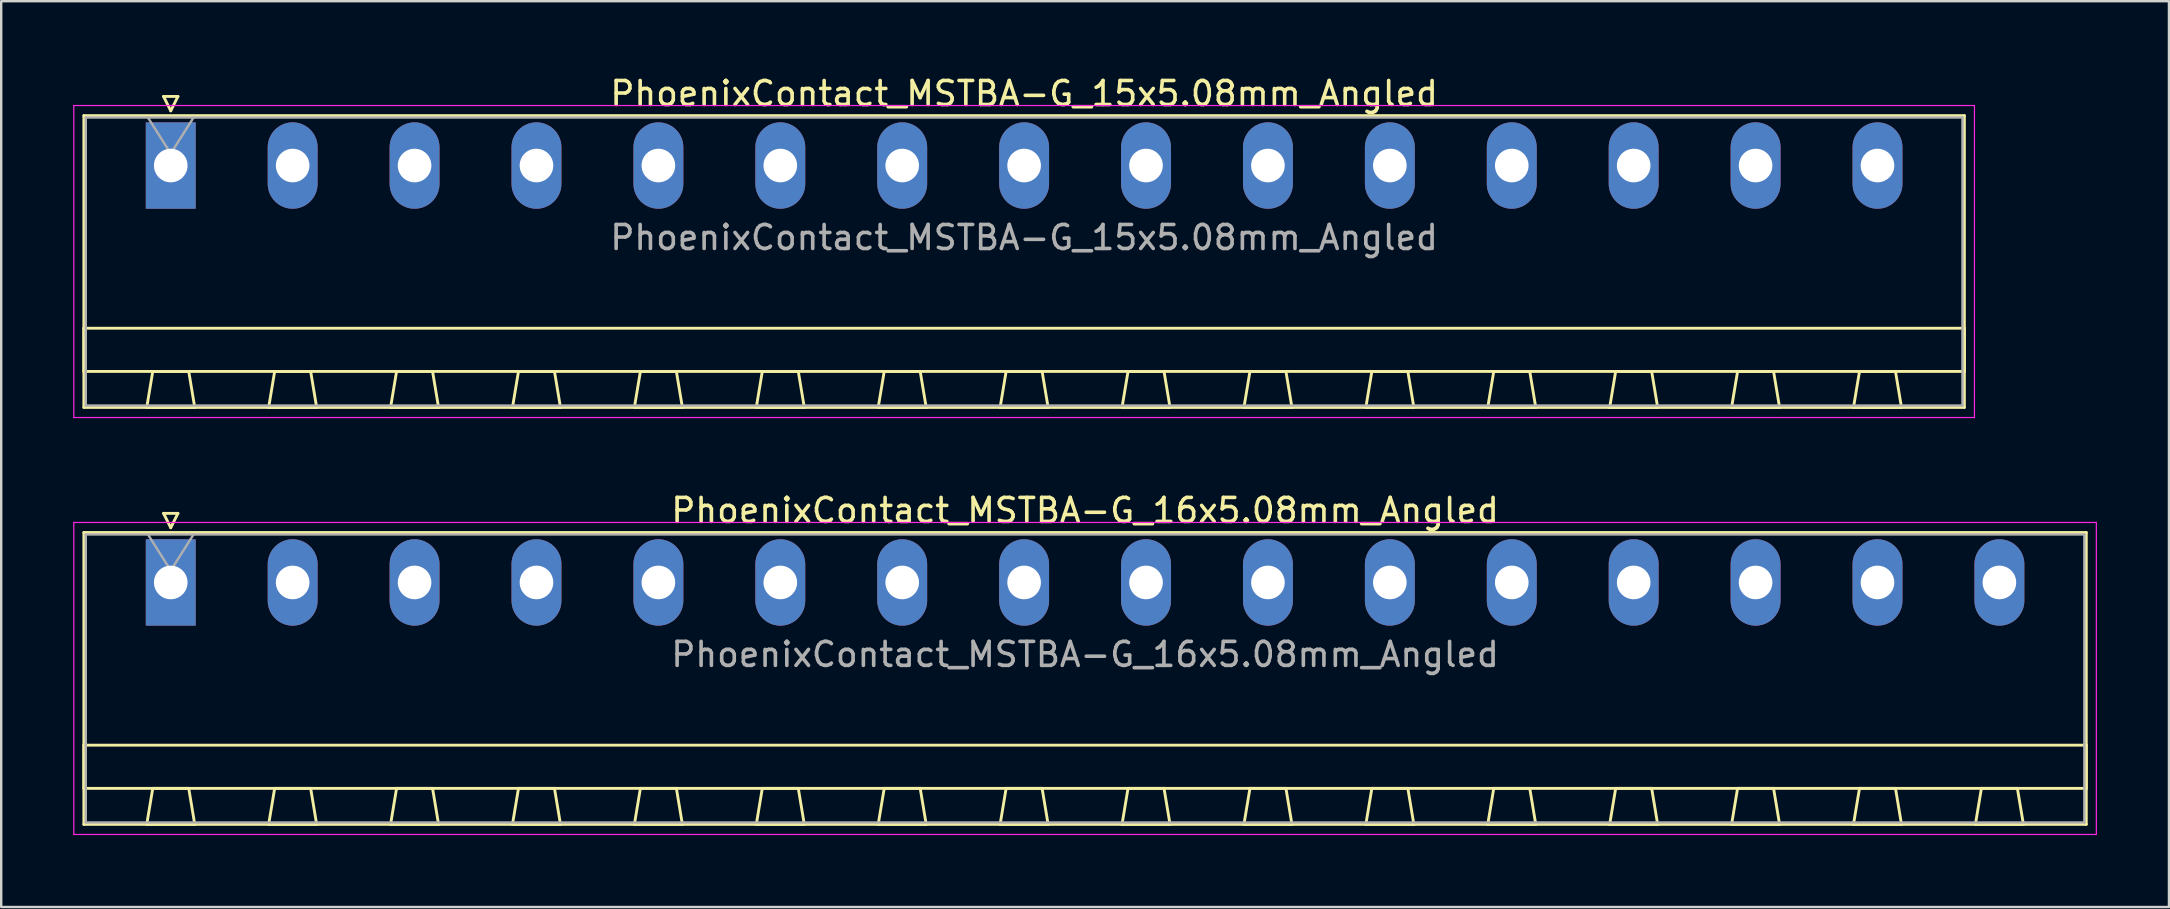
<source format=kicad_pcb>
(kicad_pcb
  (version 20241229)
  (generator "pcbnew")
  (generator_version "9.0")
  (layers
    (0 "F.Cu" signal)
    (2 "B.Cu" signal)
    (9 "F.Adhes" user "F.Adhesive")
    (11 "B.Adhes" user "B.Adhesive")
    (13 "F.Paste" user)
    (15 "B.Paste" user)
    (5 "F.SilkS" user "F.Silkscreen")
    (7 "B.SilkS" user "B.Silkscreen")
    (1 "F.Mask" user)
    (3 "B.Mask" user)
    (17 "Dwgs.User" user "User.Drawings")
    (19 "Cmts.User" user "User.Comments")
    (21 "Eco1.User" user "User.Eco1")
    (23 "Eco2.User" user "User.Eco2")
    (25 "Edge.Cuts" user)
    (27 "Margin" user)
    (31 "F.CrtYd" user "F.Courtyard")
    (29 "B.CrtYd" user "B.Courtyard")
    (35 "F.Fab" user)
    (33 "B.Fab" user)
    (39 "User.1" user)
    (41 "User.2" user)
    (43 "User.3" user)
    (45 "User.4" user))
  (footprint "PhoenixContact_MSTBA-G_16x5.08mm_Angled"
    (layer "F.Cu")
    (at 4.065 21.221)
    (property "Reference" "PhoenixContact_MSTBA-G_16x5.08mm_Angled" (at 38.1 -3 0) (layer "F.SilkS") (effects (font (size 1 1) (thickness 0.15))))
    (attr through_hole)
    (fp_line (start -3.62 -2.08) (end -3.62 10.08) (stroke (width 0.12) (type solid)) (layer "F.SilkS"))
    (fp_line (start -3.62 6.78) (end 79.82 6.78) (stroke (width 0.12) (type solid)) (layer "F.SilkS"))
    (fp_line (start -3.62 8.58) (end -3.62 6.78) (stroke (width 0.12) (type solid)) (layer "F.SilkS"))
    (fp_line (start -3.62 10.08) (end 79.82 10.08) (stroke (width 0.12) (type solid)) (layer "F.SilkS"))
    (fp_line (start -1 10.08) (end 1 10.08) (stroke (width 0.12) (type solid)) (layer "F.SilkS"))
    (fp_line (start -0.75 8.58) (end -1 10.08) (stroke (width 0.12) (type solid)) (layer "F.SilkS"))
    (fp_line (start -0.3 -2.88) (end 0.3 -2.88) (stroke (width 0.12) (type solid)) (layer "F.SilkS"))
    (fp_line (start 0 -2.28) (end -0.3 -2.88) (stroke (width 0.12) (type solid)) (layer "F.SilkS"))
    (fp_line (start 0.3 -2.88) (end 0 -2.28) (stroke (width 0.12) (type solid)) (layer "F.SilkS"))
    (fp_line (start 0.75 8.58) (end -0.75 8.58) (stroke (width 0.12) (type solid)) (layer "F.SilkS"))
    (fp_line (start 1 10.08) (end 0.75 8.58) (stroke (width 0.12) (type solid)) (layer "F.SilkS"))
    (fp_line (start 4.08 10.08) (end 6.08 10.08) (stroke (width 0.12) (type solid)) (layer "F.SilkS"))
    (fp_line (start 4.33 8.58) (end 4.08 10.08) (stroke (width 0.12) (type solid)) (layer "F.SilkS"))
    (fp_line (start 5.83 8.58) (end 4.33 8.58) (stroke (width 0.12) (type solid)) (layer "F.SilkS"))
    (fp_line (start 6.08 10.08) (end 5.83 8.58) (stroke (width 0.12) (type solid)) (layer "F.SilkS"))
    (fp_line (start 9.16 10.08) (end 11.16 10.08) (stroke (width 0.12) (type solid)) (layer "F.SilkS"))
    (fp_line (start 9.41 8.58) (end 9.16 10.08) (stroke (width 0.12) (type solid)) (layer "F.SilkS"))
    (fp_line (start 10.91 8.58) (end 9.41 8.58) (stroke (width 0.12) (type solid)) (layer "F.SilkS"))
    (fp_line (start 11.16 10.08) (end 10.91 8.58) (stroke (width 0.12) (type solid)) (layer "F.SilkS"))
    (fp_line (start 14.24 10.08) (end 16.24 10.08) (stroke (width 0.12) (type solid)) (layer "F.SilkS"))
    (fp_line (start 14.49 8.58) (end 14.24 10.08) (stroke (width 0.12) (type solid)) (layer "F.SilkS"))
    (fp_line (start 15.99 8.58) (end 14.49 8.58) (stroke (width 0.12) (type solid)) (layer "F.SilkS"))
    (fp_line (start 16.24 10.08) (end 15.99 8.58) (stroke (width 0.12) (type solid)) (layer "F.SilkS"))
    (fp_line (start 19.32 10.08) (end 21.32 10.08) (stroke (width 0.12) (type solid)) (layer "F.SilkS"))
    (fp_line (start 19.57 8.58) (end 19.32 10.08) (stroke (width 0.12) (type solid)) (layer "F.SilkS"))
    (fp_line (start 21.07 8.58) (end 19.57 8.58) (stroke (width 0.12) (type solid)) (layer "F.SilkS"))
    (fp_line (start 21.32 10.08) (end 21.07 8.58) (stroke (width 0.12) (type solid)) (layer "F.SilkS"))
    (fp_line (start 24.4 10.08) (end 26.4 10.08) (stroke (width 0.12) (type solid)) (layer "F.SilkS"))
    (fp_line (start 24.65 8.58) (end 24.4 10.08) (stroke (width 0.12) (type solid)) (layer "F.SilkS"))
    (fp_line (start 26.15 8.58) (end 24.65 8.58) (stroke (width 0.12) (type solid)) (layer "F.SilkS"))
    (fp_line (start 26.4 10.08) (end 26.15 8.58) (stroke (width 0.12) (type solid)) (layer "F.SilkS"))
    (fp_line (start 29.48 10.08) (end 31.48 10.08) (stroke (width 0.12) (type solid)) (layer "F.SilkS"))
    (fp_line (start 29.73 8.58) (end 29.48 10.08) (stroke (width 0.12) (type solid)) (layer "F.SilkS"))
    (fp_line (start 31.23 8.58) (end 29.73 8.58) (stroke (width 0.12) (type solid)) (layer "F.SilkS"))
    (fp_line (start 31.48 10.08) (end 31.23 8.58) (stroke (width 0.12) (type solid)) (layer "F.SilkS"))
    (fp_line (start 34.56 10.08) (end 36.56 10.08) (stroke (width 0.12) (type solid)) (layer "F.SilkS"))
    (fp_line (start 34.81 8.58) (end 34.56 10.08) (stroke (width 0.12) (type solid)) (layer "F.SilkS"))
    (fp_line (start 36.31 8.58) (end 34.81 8.58) (stroke (width 0.12) (type solid)) (layer "F.SilkS"))
    (fp_line (start 36.56 10.08) (end 36.31 8.58) (stroke (width 0.12) (type solid)) (layer "F.SilkS"))
    (fp_line (start 39.64 10.08) (end 41.64 10.08) (stroke (width 0.12) (type solid)) (layer "F.SilkS"))
    (fp_line (start 39.89 8.58) (end 39.64 10.08) (stroke (width 0.12) (type solid)) (layer "F.SilkS"))
    (fp_line (start 41.39 8.58) (end 39.89 8.58) (stroke (width 0.12) (type solid)) (layer "F.SilkS"))
    (fp_line (start 41.64 10.08) (end 41.39 8.58) (stroke (width 0.12) (type solid)) (layer "F.SilkS"))
    (fp_line (start 44.72 10.08) (end 46.72 10.08) (stroke (width 0.12) (type solid)) (layer "F.SilkS"))
    (fp_line (start 44.97 8.58) (end 44.72 10.08) (stroke (width 0.12) (type solid)) (layer "F.SilkS"))
    (fp_line (start 46.47 8.58) (end 44.97 8.58) (stroke (width 0.12) (type solid)) (layer "F.SilkS"))
    (fp_line (start 46.72 10.08) (end 46.47 8.58) (stroke (width 0.12) (type solid)) (layer "F.SilkS"))
    (fp_line (start 49.8 10.08) (end 51.8 10.08) (stroke (width 0.12) (type solid)) (layer "F.SilkS"))
    (fp_line (start 50.05 8.58) (end 49.8 10.08) (stroke (width 0.12) (type solid)) (layer "F.SilkS"))
    (fp_line (start 51.55 8.58) (end 50.05 8.58) (stroke (width 0.12) (type solid)) (layer "F.SilkS"))
    (fp_line (start 51.8 10.08) (end 51.55 8.58) (stroke (width 0.12) (type solid)) (layer "F.SilkS"))
    (fp_line (start 54.88 10.08) (end 56.88 10.08) (stroke (width 0.12) (type solid)) (layer "F.SilkS"))
    (fp_line (start 55.13 8.58) (end 54.88 10.08) (stroke (width 0.12) (type solid)) (layer "F.SilkS"))
    (fp_line (start 56.63 8.58) (end 55.13 8.58) (stroke (width 0.12) (type solid)) (layer "F.SilkS"))
    (fp_line (start 56.88 10.08) (end 56.63 8.58) (stroke (width 0.12) (type solid)) (layer "F.SilkS"))
    (fp_line (start 59.96 10.08) (end 61.96 10.08) (stroke (width 0.12) (type solid)) (layer "F.SilkS"))
    (fp_line (start 60.21 8.58) (end 59.96 10.08) (stroke (width 0.12) (type solid)) (layer "F.SilkS"))
    (fp_line (start 61.71 8.58) (end 60.21 8.58) (stroke (width 0.12) (type solid)) (layer "F.SilkS"))
    (fp_line (start 61.96 10.08) (end 61.71 8.58) (stroke (width 0.12) (type solid)) (layer "F.SilkS"))
    (fp_line (start 65.04 10.08) (end 67.04 10.08) (stroke (width 0.12) (type solid)) (layer "F.SilkS"))
    (fp_line (start 65.29 8.58) (end 65.04 10.08) (stroke (width 0.12) (type solid)) (layer "F.SilkS"))
    (fp_line (start 66.79 8.58) (end 65.29 8.58) (stroke (width 0.12) (type solid)) (layer "F.SilkS"))
    (fp_line (start 67.04 10.08) (end 66.79 8.58) (stroke (width 0.12) (type solid)) (layer "F.SilkS"))
    (fp_line (start 70.12 10.08) (end 72.12 10.08) (stroke (width 0.12) (type solid)) (layer "F.SilkS"))
    (fp_line (start 70.37 8.58) (end 70.12 10.08) (stroke (width 0.12) (type solid)) (layer "F.SilkS"))
    (fp_line (start 71.87 8.58) (end 70.37 8.58) (stroke (width 0.12) (type solid)) (layer "F.SilkS"))
    (fp_line (start 72.12 10.08) (end 71.87 8.58) (stroke (width 0.12) (type solid)) (layer "F.SilkS"))
    (fp_line (start 75.2 10.08) (end 77.2 10.08) (stroke (width 0.12) (type solid)) (layer "F.SilkS"))
    (fp_line (start 75.45 8.58) (end 75.2 10.08) (stroke (width 0.12) (type solid)) (layer "F.SilkS"))
    (fp_line (start 76.95 8.58) (end 75.45 8.58) (stroke (width 0.12) (type solid)) (layer "F.SilkS"))
    (fp_line (start 77.2 10.08) (end 76.95 8.58) (stroke (width 0.12) (type solid)) (layer "F.SilkS"))
    (fp_line (start 79.82 -2.08) (end -3.62 -2.08) (stroke (width 0.12) (type solid)) (layer "F.SilkS"))
    (fp_line (start 79.82 6.78) (end 79.82 8.58) (stroke (width 0.12) (type solid)) (layer "F.SilkS"))
    (fp_line (start 79.82 8.58) (end -3.62 8.58) (stroke (width 0.12) (type solid)) (layer "F.SilkS"))
    (fp_line (start 79.82 10.08) (end 79.82 -2.08) (stroke (width 0.12) (type solid)) (layer "F.SilkS"))
    (fp_line (start -4.04 -2.5) (end -4.04 10.5) (stroke (width 0.05) (type solid)) (layer "F.CrtYd"))
    (fp_line (start -4.04 10.5) (end 80.24 10.5) (stroke (width 0.05) (type solid)) (layer "F.CrtYd"))
    (fp_line (start 80.24 -2.5) (end -4.04 -2.5) (stroke (width 0.05) (type solid)) (layer "F.CrtYd"))
    (fp_line (start 80.24 10.5) (end 80.24 -2.5) (stroke (width 0.05) (type solid)) (layer "F.CrtYd"))
    (fp_line (start -3.54 -2) (end -3.54 10) (stroke (width 0.1) (type solid)) (layer "F.Fab"))
    (fp_line (start -3.54 10) (end 79.74 10) (stroke (width 0.1) (type solid)) (layer "F.Fab"))
    (fp_line (start 0 -0.5) (end -0.95 -2) (stroke (width 0.1) (type solid)) (layer "F.Fab"))
    (fp_line (start 0.95 -2) (end 0 -0.5) (stroke (width 0.1) (type solid)) (layer "F.Fab"))
    (fp_line (start 79.74 -2) (end -3.54 -2) (stroke (width 0.1) (type solid)) (layer "F.Fab"))
    (fp_line (start 79.74 10) (end 79.74 -2) (stroke (width 0.1) (type solid)) (layer "F.Fab"))
    (fp_text user "${REFERENCE}" (at 38.1 3 0) (layer "F.Fab") (effects (font (size 1 1) (thickness 0.15))))
    (pad "1" thru_hole rect (at 0 0) (size 2.08 3.6) (drill 1.4) (layers "*.Cu" "*.Mask"))
    (pad "2" thru_hole oval (at 5.08 0) (size 2.08 3.6) (drill 1.4) (layers "*.Cu" "*.Mask"))
    (pad "3" thru_hole oval (at 10.16 0) (size 2.08 3.6) (drill 1.4) (layers "*.Cu" "*.Mask"))
    (pad "4" thru_hole oval (at 15.24 0) (size 2.08 3.6) (drill 1.4) (layers "*.Cu" "*.Mask"))
    (pad "5" thru_hole oval (at 20.32 0) (size 2.08 3.6) (drill 1.4) (layers "*.Cu" "*.Mask"))
    (pad "6" thru_hole oval (at 25.4 0) (size 2.08 3.6) (drill 1.4) (layers "*.Cu" "*.Mask"))
    (pad "7" thru_hole oval (at 30.48 0) (size 2.08 3.6) (drill 1.4) (layers "*.Cu" "*.Mask"))
    (pad "8" thru_hole oval (at 35.56 0) (size 2.08 3.6) (drill 1.4) (layers "*.Cu" "*.Mask"))
    (pad "9" thru_hole oval (at 40.64 0) (size 2.08 3.6) (drill 1.4) (layers "*.Cu" "*.Mask"))
    (pad "10" thru_hole oval (at 45.72 0) (size 2.08 3.6) (drill 1.4) (layers "*.Cu" "*.Mask"))
    (pad "11" thru_hole oval (at 50.8 0) (size 2.08 3.6) (drill 1.4) (layers "*.Cu" "*.Mask"))
    (pad "12" thru_hole oval (at 55.88 0) (size 2.08 3.6) (drill 1.4) (layers "*.Cu" "*.Mask"))
    (pad "13" thru_hole oval (at 60.96 0) (size 2.08 3.6) (drill 1.4) (layers "*.Cu" "*.Mask"))
    (pad "14" thru_hole oval (at 66.04 0) (size 2.08 3.6) (drill 1.4) (layers "*.Cu" "*.Mask"))
    (pad "15" thru_hole oval (at 71.12 0) (size 2.08 3.6) (drill 1.4) (layers "*.Cu" "*.Mask"))
    (pad "16" thru_hole oval (at 76.2 0) (size 2.08 3.6) (drill 1.4) (layers "*.Cu" "*.Mask")))
  (footprint "PhoenixContact_MSTBA-G_15x5.08mm_Angled"
    (layer "F.Cu")
    (at 4.065 3.848)
    (property "Reference" "PhoenixContact_MSTBA-G_15x5.08mm_Angled" (at 35.56 -3 0) (layer "F.SilkS") (effects (font (size 1 1) (thickness 0.15))))
    (attr through_hole)
    (fp_line (start -3.62 -2.08) (end -3.62 10.08) (stroke (width 0.12) (type solid)) (layer "F.SilkS"))
    (fp_line (start -3.62 6.78) (end 74.74 6.78) (stroke (width 0.12) (type solid)) (layer "F.SilkS"))
    (fp_line (start -3.62 8.58) (end -3.62 6.78) (stroke (width 0.12) (type solid)) (layer "F.SilkS"))
    (fp_line (start -3.62 10.08) (end 74.74 10.08) (stroke (width 0.12) (type solid)) (layer "F.SilkS"))
    (fp_line (start -1 10.08) (end 1 10.08) (stroke (width 0.12) (type solid)) (layer "F.SilkS"))
    (fp_line (start -0.75 8.58) (end -1 10.08) (stroke (width 0.12) (type solid)) (layer "F.SilkS"))
    (fp_line (start -0.3 -2.88) (end 0.3 -2.88) (stroke (width 0.12) (type solid)) (layer "F.SilkS"))
    (fp_line (start 0 -2.28) (end -0.3 -2.88) (stroke (width 0.12) (type solid)) (layer "F.SilkS"))
    (fp_line (start 0.3 -2.88) (end 0 -2.28) (stroke (width 0.12) (type solid)) (layer "F.SilkS"))
    (fp_line (start 0.75 8.58) (end -0.75 8.58) (stroke (width 0.12) (type solid)) (layer "F.SilkS"))
    (fp_line (start 1 10.08) (end 0.75 8.58) (stroke (width 0.12) (type solid)) (layer "F.SilkS"))
    (fp_line (start 4.08 10.08) (end 6.08 10.08) (stroke (width 0.12) (type solid)) (layer "F.SilkS"))
    (fp_line (start 4.33 8.58) (end 4.08 10.08) (stroke (width 0.12) (type solid)) (layer "F.SilkS"))
    (fp_line (start 5.83 8.58) (end 4.33 8.58) (stroke (width 0.12) (type solid)) (layer "F.SilkS"))
    (fp_line (start 6.08 10.08) (end 5.83 8.58) (stroke (width 0.12) (type solid)) (layer "F.SilkS"))
    (fp_line (start 9.16 10.08) (end 11.16 10.08) (stroke (width 0.12) (type solid)) (layer "F.SilkS"))
    (fp_line (start 9.41 8.58) (end 9.16 10.08) (stroke (width 0.12) (type solid)) (layer "F.SilkS"))
    (fp_line (start 10.91 8.58) (end 9.41 8.58) (stroke (width 0.12) (type solid)) (layer "F.SilkS"))
    (fp_line (start 11.16 10.08) (end 10.91 8.58) (stroke (width 0.12) (type solid)) (layer "F.SilkS"))
    (fp_line (start 14.24 10.08) (end 16.24 10.08) (stroke (width 0.12) (type solid)) (layer "F.SilkS"))
    (fp_line (start 14.49 8.58) (end 14.24 10.08) (stroke (width 0.12) (type solid)) (layer "F.SilkS"))
    (fp_line (start 15.99 8.58) (end 14.49 8.58) (stroke (width 0.12) (type solid)) (layer "F.SilkS"))
    (fp_line (start 16.24 10.08) (end 15.99 8.58) (stroke (width 0.12) (type solid)) (layer "F.SilkS"))
    (fp_line (start 19.32 10.08) (end 21.32 10.08) (stroke (width 0.12) (type solid)) (layer "F.SilkS"))
    (fp_line (start 19.57 8.58) (end 19.32 10.08) (stroke (width 0.12) (type solid)) (layer "F.SilkS"))
    (fp_line (start 21.07 8.58) (end 19.57 8.58) (stroke (width 0.12) (type solid)) (layer "F.SilkS"))
    (fp_line (start 21.32 10.08) (end 21.07 8.58) (stroke (width 0.12) (type solid)) (layer "F.SilkS"))
    (fp_line (start 24.4 10.08) (end 26.4 10.08) (stroke (width 0.12) (type solid)) (layer "F.SilkS"))
    (fp_line (start 24.65 8.58) (end 24.4 10.08) (stroke (width 0.12) (type solid)) (layer "F.SilkS"))
    (fp_line (start 26.15 8.58) (end 24.65 8.58) (stroke (width 0.12) (type solid)) (layer "F.SilkS"))
    (fp_line (start 26.4 10.08) (end 26.15 8.58) (stroke (width 0.12) (type solid)) (layer "F.SilkS"))
    (fp_line (start 29.48 10.08) (end 31.48 10.08) (stroke (width 0.12) (type solid)) (layer "F.SilkS"))
    (fp_line (start 29.73 8.58) (end 29.48 10.08) (stroke (width 0.12) (type solid)) (layer "F.SilkS"))
    (fp_line (start 31.23 8.58) (end 29.73 8.58) (stroke (width 0.12) (type solid)) (layer "F.SilkS"))
    (fp_line (start 31.48 10.08) (end 31.23 8.58) (stroke (width 0.12) (type solid)) (layer "F.SilkS"))
    (fp_line (start 34.56 10.08) (end 36.56 10.08) (stroke (width 0.12) (type solid)) (layer "F.SilkS"))
    (fp_line (start 34.81 8.58) (end 34.56 10.08) (stroke (width 0.12) (type solid)) (layer "F.SilkS"))
    (fp_line (start 36.31 8.58) (end 34.81 8.58) (stroke (width 0.12) (type solid)) (layer "F.SilkS"))
    (fp_line (start 36.56 10.08) (end 36.31 8.58) (stroke (width 0.12) (type solid)) (layer "F.SilkS"))
    (fp_line (start 39.64 10.08) (end 41.64 10.08) (stroke (width 0.12) (type solid)) (layer "F.SilkS"))
    (fp_line (start 39.89 8.58) (end 39.64 10.08) (stroke (width 0.12) (type solid)) (layer "F.SilkS"))
    (fp_line (start 41.39 8.58) (end 39.89 8.58) (stroke (width 0.12) (type solid)) (layer "F.SilkS"))
    (fp_line (start 41.64 10.08) (end 41.39 8.58) (stroke (width 0.12) (type solid)) (layer "F.SilkS"))
    (fp_line (start 44.72 10.08) (end 46.72 10.08) (stroke (width 0.12) (type solid)) (layer "F.SilkS"))
    (fp_line (start 44.97 8.58) (end 44.72 10.08) (stroke (width 0.12) (type solid)) (layer "F.SilkS"))
    (fp_line (start 46.47 8.58) (end 44.97 8.58) (stroke (width 0.12) (type solid)) (layer "F.SilkS"))
    (fp_line (start 46.72 10.08) (end 46.47 8.58) (stroke (width 0.12) (type solid)) (layer "F.SilkS"))
    (fp_line (start 49.8 10.08) (end 51.8 10.08) (stroke (width 0.12) (type solid)) (layer "F.SilkS"))
    (fp_line (start 50.05 8.58) (end 49.8 10.08) (stroke (width 0.12) (type solid)) (layer "F.SilkS"))
    (fp_line (start 51.55 8.58) (end 50.05 8.58) (stroke (width 0.12) (type solid)) (layer "F.SilkS"))
    (fp_line (start 51.8 10.08) (end 51.55 8.58) (stroke (width 0.12) (type solid)) (layer "F.SilkS"))
    (fp_line (start 54.88 10.08) (end 56.88 10.08) (stroke (width 0.12) (type solid)) (layer "F.SilkS"))
    (fp_line (start 55.13 8.58) (end 54.88 10.08) (stroke (width 0.12) (type solid)) (layer "F.SilkS"))
    (fp_line (start 56.63 8.58) (end 55.13 8.58) (stroke (width 0.12) (type solid)) (layer "F.SilkS"))
    (fp_line (start 56.88 10.08) (end 56.63 8.58) (stroke (width 0.12) (type solid)) (layer "F.SilkS"))
    (fp_line (start 59.96 10.08) (end 61.96 10.08) (stroke (width 0.12) (type solid)) (layer "F.SilkS"))
    (fp_line (start 60.21 8.58) (end 59.96 10.08) (stroke (width 0.12) (type solid)) (layer "F.SilkS"))
    (fp_line (start 61.71 8.58) (end 60.21 8.58) (stroke (width 0.12) (type solid)) (layer "F.SilkS"))
    (fp_line (start 61.96 10.08) (end 61.71 8.58) (stroke (width 0.12) (type solid)) (layer "F.SilkS"))
    (fp_line (start 65.04 10.08) (end 67.04 10.08) (stroke (width 0.12) (type solid)) (layer "F.SilkS"))
    (fp_line (start 65.29 8.58) (end 65.04 10.08) (stroke (width 0.12) (type solid)) (layer "F.SilkS"))
    (fp_line (start 66.79 8.58) (end 65.29 8.58) (stroke (width 0.12) (type solid)) (layer "F.SilkS"))
    (fp_line (start 67.04 10.08) (end 66.79 8.58) (stroke (width 0.12) (type solid)) (layer "F.SilkS"))
    (fp_line (start 70.12 10.08) (end 72.12 10.08) (stroke (width 0.12) (type solid)) (layer "F.SilkS"))
    (fp_line (start 70.37 8.58) (end 70.12 10.08) (stroke (width 0.12) (type solid)) (layer "F.SilkS"))
    (fp_line (start 71.87 8.58) (end 70.37 8.58) (stroke (width 0.12) (type solid)) (layer "F.SilkS"))
    (fp_line (start 72.12 10.08) (end 71.87 8.58) (stroke (width 0.12) (type solid)) (layer "F.SilkS"))
    (fp_line (start 74.74 -2.08) (end -3.62 -2.08) (stroke (width 0.12) (type solid)) (layer "F.SilkS"))
    (fp_line (start 74.74 6.78) (end 74.74 8.58) (stroke (width 0.12) (type solid)) (layer "F.SilkS"))
    (fp_line (start 74.74 8.58) (end -3.62 8.58) (stroke (width 0.12) (type solid)) (layer "F.SilkS"))
    (fp_line (start 74.74 10.08) (end 74.74 -2.08) (stroke (width 0.12) (type solid)) (layer "F.SilkS"))
    (fp_line (start -4.04 -2.5) (end -4.04 10.5) (stroke (width 0.05) (type solid)) (layer "F.CrtYd"))
    (fp_line (start -4.04 10.5) (end 75.16 10.5) (stroke (width 0.05) (type solid)) (layer "F.CrtYd"))
    (fp_line (start 75.16 -2.5) (end -4.04 -2.5) (stroke (width 0.05) (type solid)) (layer "F.CrtYd"))
    (fp_line (start 75.16 10.5) (end 75.16 -2.5) (stroke (width 0.05) (type solid)) (layer "F.CrtYd"))
    (fp_line (start -3.54 -2) (end -3.54 10) (stroke (width 0.1) (type solid)) (layer "F.Fab"))
    (fp_line (start -3.54 10) (end 74.66 10) (stroke (width 0.1) (type solid)) (layer "F.Fab"))
    (fp_line (start 0 -0.5) (end -0.95 -2) (stroke (width 0.1) (type solid)) (layer "F.Fab"))
    (fp_line (start 0.95 -2) (end 0 -0.5) (stroke (width 0.1) (type solid)) (layer "F.Fab"))
    (fp_line (start 74.66 -2) (end -3.54 -2) (stroke (width 0.1) (type solid)) (layer "F.Fab"))
    (fp_line (start 74.66 10) (end 74.66 -2) (stroke (width 0.1) (type solid)) (layer "F.Fab"))
    (fp_text user "${REFERENCE}" (at 35.56 3 0) (layer "F.Fab") (effects (font (size 1 1) (thickness 0.15))))
    (pad "1" thru_hole rect (at 0 0) (size 2.08 3.6) (drill 1.4) (layers "*.Cu" "*.Mask"))
    (pad "2" thru_hole oval (at 5.08 0) (size 2.08 3.6) (drill 1.4) (layers "*.Cu" "*.Mask"))
    (pad "3" thru_hole oval (at 10.16 0) (size 2.08 3.6) (drill 1.4) (layers "*.Cu" "*.Mask"))
    (pad "4" thru_hole oval (at 15.24 0) (size 2.08 3.6) (drill 1.4) (layers "*.Cu" "*.Mask"))
    (pad "5" thru_hole oval (at 20.32 0) (size 2.08 3.6) (drill 1.4) (layers "*.Cu" "*.Mask"))
    (pad "6" thru_hole oval (at 25.4 0) (size 2.08 3.6) (drill 1.4) (layers "*.Cu" "*.Mask"))
    (pad "7" thru_hole oval (at 30.48 0) (size 2.08 3.6) (drill 1.4) (layers "*.Cu" "*.Mask"))
    (pad "8" thru_hole oval (at 35.56 0) (size 2.08 3.6) (drill 1.4) (layers "*.Cu" "*.Mask"))
    (pad "9" thru_hole oval (at 40.64 0) (size 2.08 3.6) (drill 1.4) (layers "*.Cu" "*.Mask"))
    (pad "10" thru_hole oval (at 45.72 0) (size 2.08 3.6) (drill 1.4) (layers "*.Cu" "*.Mask"))
    (pad "11" thru_hole oval (at 50.8 0) (size 2.08 3.6) (drill 1.4) (layers "*.Cu" "*.Mask"))
    (pad "12" thru_hole oval (at 55.88 0) (size 2.08 3.6) (drill 1.4) (layers "*.Cu" "*.Mask"))
    (pad "13" thru_hole oval (at 60.96 0) (size 2.08 3.6) (drill 1.4) (layers "*.Cu" "*.Mask"))
    (pad "14" thru_hole oval (at 66.04 0) (size 2.08 3.6) (drill 1.4) (layers "*.Cu" "*.Mask"))
    (pad "15" thru_hole oval (at 71.12 0) (size 2.08 3.6) (drill 1.4) (layers "*.Cu" "*.Mask")))
  (gr_rect
    (start -3 -3)
    (end 87.33 34.746)
    (stroke (width 0.1) (type default))
    (fill no)
    (layer "Edge.Cuts")))
</source>
